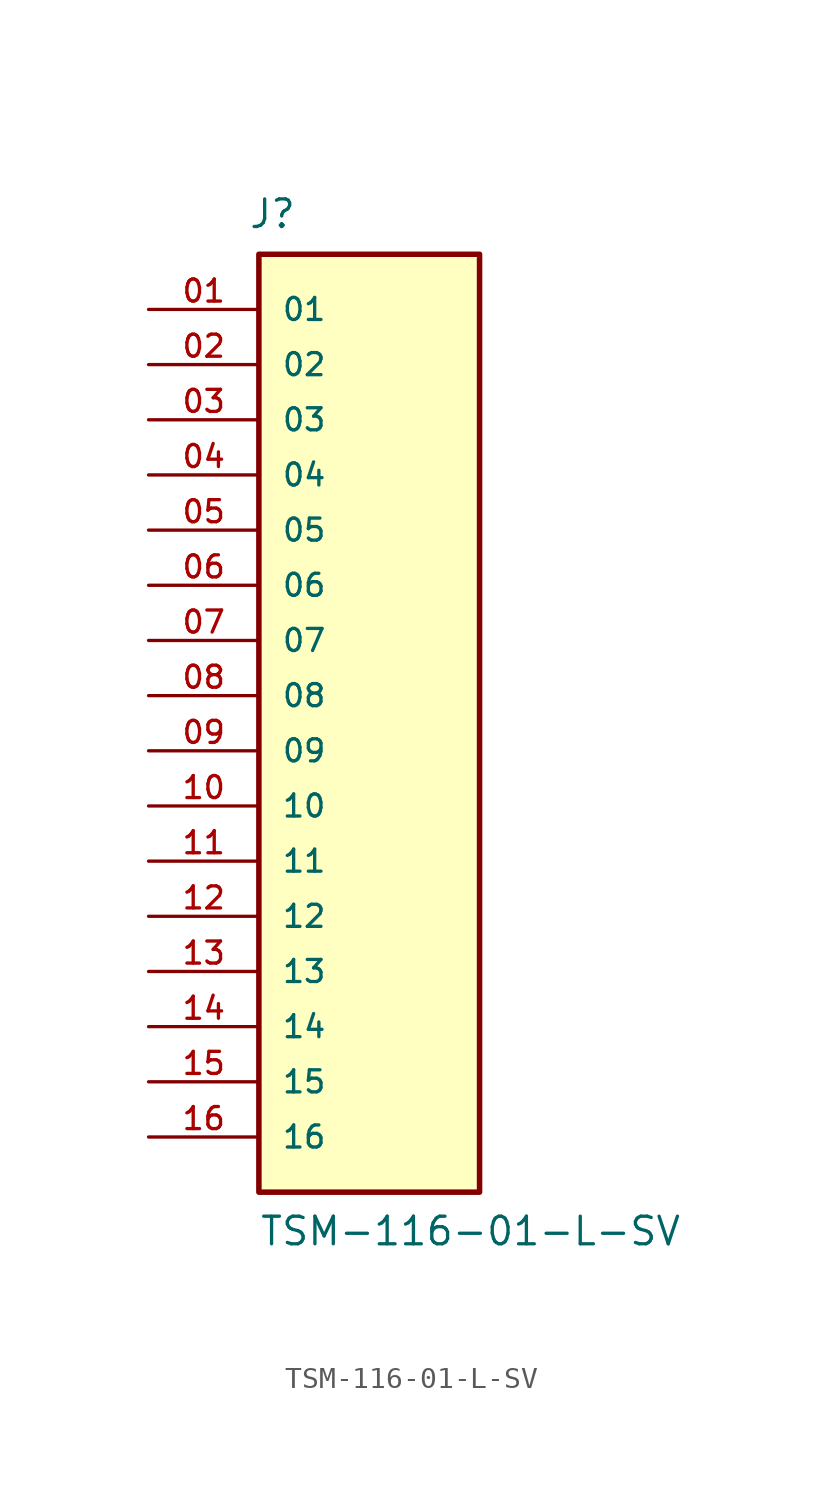
<source format=kicad_sym>
(kicad_symbol_lib
  (version 20211014)
  (generator kicad_symbol_editor)
  (symbol "TSM-116-01-L-SV"
    (pin_names
      (offset 1.016))
    (property "Reference" "J"
      (at -5.58 21.436 0)
      (effects (font (size 1.27 1.27)) (justify bottom left)))
    (property "Value" "TSM-116-01-L-SV"
      (at -5.08 -25.4 0)
      (effects (font (size 1.27 1.27)) (justify bottom left)))
    (symbol "TSM-116-01-L-SV_0_0"
      (rectangle (start -5.08 -22.86) (end 5.08 20.32) (stroke (width 0.254)) (fill (type background)))
      (pin passive line (at -10.16 17.78 0) (length 5.08) (name "01" (effects (font (size 1.016 1.016)))) (number "01" (effects (font (size 1.016 1.016)))))
      (pin passive line (at -10.16 15.24 0) (length 5.08) (name "02" (effects (font (size 1.016 1.016)))) (number "02" (effects (font (size 1.016 1.016)))))
      (pin passive line (at -10.16 12.7 0) (length 5.08) (name "03" (effects (font (size 1.016 1.016)))) (number "03" (effects (font (size 1.016 1.016)))))
      (pin passive line (at -10.16 10.16 0) (length 5.08) (name "04" (effects (font (size 1.016 1.016)))) (number "04" (effects (font (size 1.016 1.016)))))
      (pin passive line (at -10.16 7.62 0) (length 5.08) (name "05" (effects (font (size 1.016 1.016)))) (number "05" (effects (font (size 1.016 1.016)))))
      (pin passive line (at -10.16 5.08 0) (length 5.08) (name "06" (effects (font (size 1.016 1.016)))) (number "06" (effects (font (size 1.016 1.016)))))
      (pin passive line (at -10.16 2.54 0) (length 5.08) (name "07" (effects (font (size 1.016 1.016)))) (number "07" (effects (font (size 1.016 1.016)))))
      (pin passive line (at -10.16 0.0 0) (length 5.08) (name "08" (effects (font (size 1.016 1.016)))) (number "08" (effects (font (size 1.016 1.016)))))
      (pin passive line (at -10.16 -2.54 0) (length 5.08) (name "09" (effects (font (size 1.016 1.016)))) (number "09" (effects (font (size 1.016 1.016)))))
      (pin passive line (at -10.16 -5.08 0) (length 5.08) (name "10" (effects (font (size 1.016 1.016)))) (number "10" (effects (font (size 1.016 1.016)))))
      (pin passive line (at -10.16 -7.62 0) (length 5.08) (name "11" (effects (font (size 1.016 1.016)))) (number "11" (effects (font (size 1.016 1.016)))))
      (pin passive line (at -10.16 -10.16 0) (length 5.08) (name "12" (effects (font (size 1.016 1.016)))) (number "12" (effects (font (size 1.016 1.016)))))
      (pin passive line (at -10.16 -12.7 0) (length 5.08) (name "13" (effects (font (size 1.016 1.016)))) (number "13" (effects (font (size 1.016 1.016)))))
      (pin passive line (at -10.16 -15.24 0) (length 5.08) (name "14" (effects (font (size 1.016 1.016)))) (number "14" (effects (font (size 1.016 1.016)))))
      (pin passive line (at -10.16 -17.78 0) (length 5.08) (name "15" (effects (font (size 1.016 1.016)))) (number "15" (effects (font (size 1.016 1.016)))))
      (pin passive line (at -10.16 -20.32 0) (length 5.08) (name "16" (effects (font (size 1.016 1.016)))) (number "16" (effects (font (size 1.016 1.016))))))))
</source>
